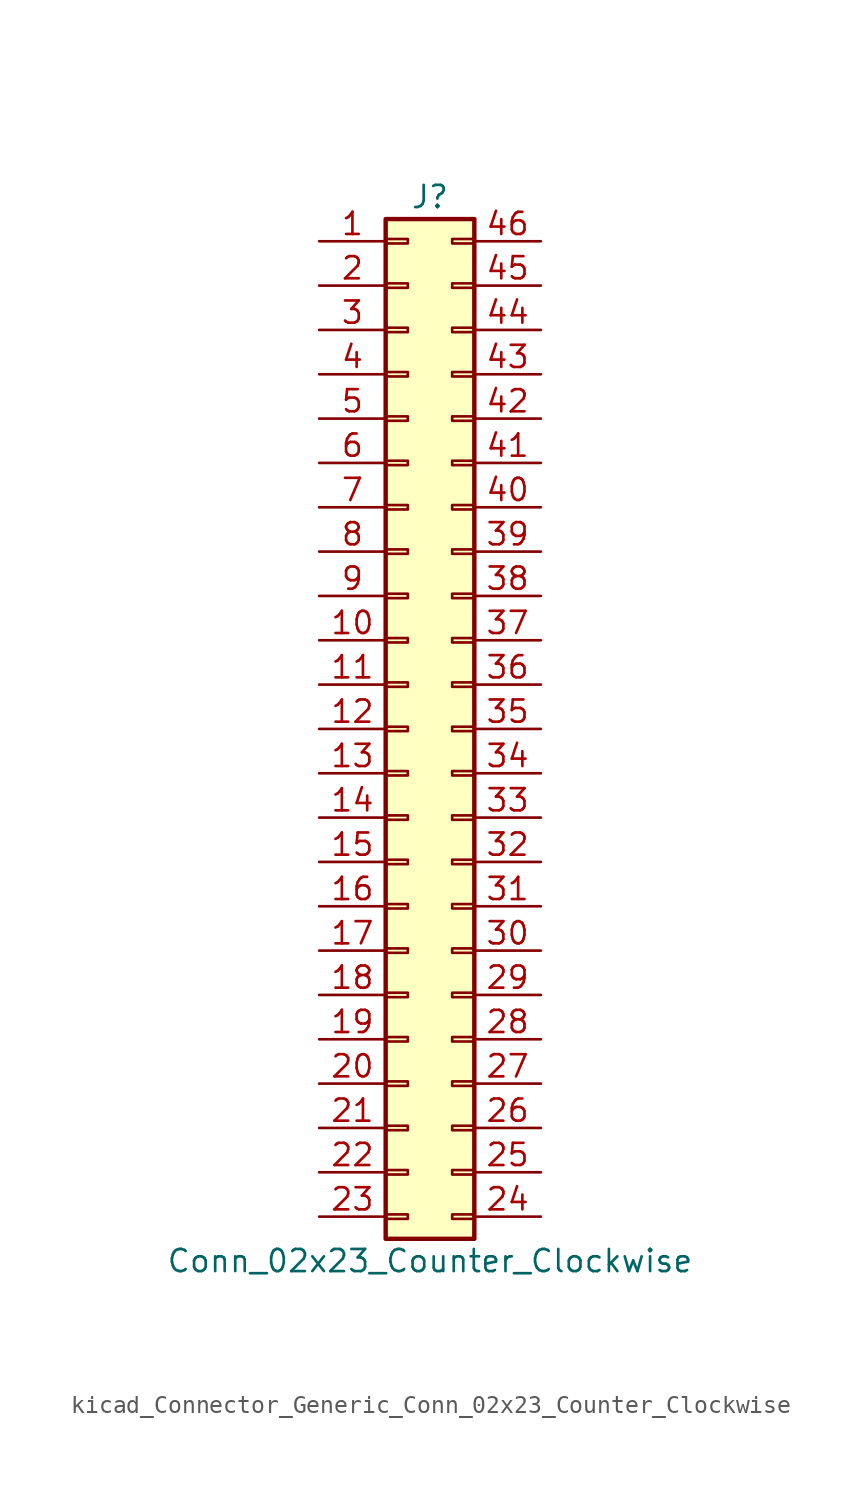
<source format=kicad_sym>
(kicad_symbol_lib
  (version 20220914)
  (generator kicad_symbol_editor)
  (symbol "kicad_Connector_Generic_Conn_02x23_Counter_Clockwise"
    (pin_names
      (offset 1.016) hide)
    (property "Reference" "J"
      (at 1.27 30.48 0)
      (effects (font (size 1.27 1.27))))
    (property "Value" "Conn_02x23_Counter_Clockwise"
      (at 1.27 -30.48 0)
      (effects (font (size 1.27 1.27))))
    (symbol "kicad_Connector_Generic_Conn_02x23_Counter_Clockwise_1_1"
      (rectangle (start -1.27 -27.813) (end 0 -28.067) (stroke (width 0.152) (type default)) (fill (type none)))
      (rectangle (start -1.27 -25.273) (end 0 -25.527) (stroke (width 0.152) (type default)) (fill (type none)))
      (rectangle (start -1.27 -22.733) (end 0 -22.987) (stroke (width 0.152) (type default)) (fill (type none)))
      (rectangle (start -1.27 -20.193) (end 0 -20.447) (stroke (width 0.152) (type default)) (fill (type none)))
      (rectangle (start -1.27 -17.653) (end 0 -17.907) (stroke (width 0.152) (type default)) (fill (type none)))
      (rectangle (start -1.27 -15.113) (end 0 -15.367) (stroke (width 0.152) (type default)) (fill (type none)))
      (rectangle (start -1.27 -12.573) (end 0 -12.827) (stroke (width 0.152) (type default)) (fill (type none)))
      (rectangle (start -1.27 -10.033) (end 0 -10.287) (stroke (width 0.152) (type default)) (fill (type none)))
      (rectangle (start -1.27 -7.493) (end 0 -7.747) (stroke (width 0.152) (type default)) (fill (type none)))
      (rectangle (start -1.27 -4.953) (end 0 -5.207) (stroke (width 0.152) (type default)) (fill (type none)))
      (rectangle (start -1.27 -2.413) (end 0 -2.667) (stroke (width 0.152) (type default)) (fill (type none)))
      (rectangle (start -1.27 0.127) (end 0 -0.127) (stroke (width 0.152) (type default)) (fill (type none)))
      (rectangle (start -1.27 2.667) (end 0 2.413) (stroke (width 0.152) (type default)) (fill (type none)))
      (rectangle (start -1.27 5.207) (end 0 4.953) (stroke (width 0.152) (type default)) (fill (type none)))
      (rectangle (start -1.27 7.747) (end 0 7.493) (stroke (width 0.152) (type default)) (fill (type none)))
      (rectangle (start -1.27 10.287) (end 0 10.033) (stroke (width 0.152) (type default)) (fill (type none)))
      (rectangle (start -1.27 12.827) (end 0 12.573) (stroke (width 0.152) (type default)) (fill (type none)))
      (rectangle (start -1.27 15.367) (end 0 15.113) (stroke (width 0.152) (type default)) (fill (type none)))
      (rectangle (start -1.27 17.907) (end 0 17.653) (stroke (width 0.152) (type default)) (fill (type none)))
      (rectangle (start -1.27 20.447) (end 0 20.193) (stroke (width 0.152) (type default)) (fill (type none)))
      (rectangle (start -1.27 22.987) (end 0 22.733) (stroke (width 0.152) (type default)) (fill (type none)))
      (rectangle (start -1.27 25.527) (end 0 25.273) (stroke (width 0.152) (type default)) (fill (type none)))
      (rectangle (start -1.27 28.067) (end 0 27.813) (stroke (width 0.152) (type default)) (fill (type none)))
      (rectangle (start -1.27 29.21) (end 3.81 -29.21) (stroke (width 0.254) (type default)) (fill (type background)))
      (rectangle (start 3.81 -27.813) (end 2.54 -28.067) (stroke (width 0.152) (type default)) (fill (type none)))
      (rectangle (start 3.81 -25.273) (end 2.54 -25.527) (stroke (width 0.152) (type default)) (fill (type none)))
      (rectangle (start 3.81 -22.733) (end 2.54 -22.987) (stroke (width 0.152) (type default)) (fill (type none)))
      (rectangle (start 3.81 -20.193) (end 2.54 -20.447) (stroke (width 0.152) (type default)) (fill (type none)))
      (rectangle (start 3.81 -17.653) (end 2.54 -17.907) (stroke (width 0.152) (type default)) (fill (type none)))
      (rectangle (start 3.81 -15.113) (end 2.54 -15.367) (stroke (width 0.152) (type default)) (fill (type none)))
      (rectangle (start 3.81 -12.573) (end 2.54 -12.827) (stroke (width 0.152) (type default)) (fill (type none)))
      (rectangle (start 3.81 -10.033) (end 2.54 -10.287) (stroke (width 0.152) (type default)) (fill (type none)))
      (rectangle (start 3.81 -7.493) (end 2.54 -7.747) (stroke (width 0.152) (type default)) (fill (type none)))
      (rectangle (start 3.81 -4.953) (end 2.54 -5.207) (stroke (width 0.152) (type default)) (fill (type none)))
      (rectangle (start 3.81 -2.413) (end 2.54 -2.667) (stroke (width 0.152) (type default)) (fill (type none)))
      (rectangle (start 3.81 0.127) (end 2.54 -0.127) (stroke (width 0.152) (type default)) (fill (type none)))
      (rectangle (start 3.81 2.667) (end 2.54 2.413) (stroke (width 0.152) (type default)) (fill (type none)))
      (rectangle (start 3.81 5.207) (end 2.54 4.953) (stroke (width 0.152) (type default)) (fill (type none)))
      (rectangle (start 3.81 7.747) (end 2.54 7.493) (stroke (width 0.152) (type default)) (fill (type none)))
      (rectangle (start 3.81 10.287) (end 2.54 10.033) (stroke (width 0.152) (type default)) (fill (type none)))
      (rectangle (start 3.81 12.827) (end 2.54 12.573) (stroke (width 0.152) (type default)) (fill (type none)))
      (rectangle (start 3.81 15.367) (end 2.54 15.113) (stroke (width 0.152) (type default)) (fill (type none)))
      (rectangle (start 3.81 17.907) (end 2.54 17.653) (stroke (width 0.152) (type default)) (fill (type none)))
      (rectangle (start 3.81 20.447) (end 2.54 20.193) (stroke (width 0.152) (type default)) (fill (type none)))
      (rectangle (start 3.81 22.987) (end 2.54 22.733) (stroke (width 0.152) (type default)) (fill (type none)))
      (rectangle (start 3.81 25.527) (end 2.54 25.273) (stroke (width 0.152) (type default)) (fill (type none)))
      (rectangle (start 3.81 28.067) (end 2.54 27.813) (stroke (width 0.152) (type default)) (fill (type none)))
      (pin passive line (at -5.08 27.94 0) (length 3.81) (name "Pin_1" (effects (font (size 1.27 1.27)))) (number "1" (effects (font (size 1.27 1.27)))))
      (pin passive line (at -5.08 5.08 0) (length 3.81) (name "Pin_10" (effects (font (size 1.27 1.27)))) (number "10" (effects (font (size 1.27 1.27)))))
      (pin passive line (at -5.08 2.54 0) (length 3.81) (name "Pin_11" (effects (font (size 1.27 1.27)))) (number "11" (effects (font (size 1.27 1.27)))))
      (pin passive line (at -5.08 0 0) (length 3.81) (name "Pin_12" (effects (font (size 1.27 1.27)))) (number "12" (effects (font (size 1.27 1.27)))))
      (pin passive line (at -5.08 -2.54 0) (length 3.81) (name "Pin_13" (effects (font (size 1.27 1.27)))) (number "13" (effects (font (size 1.27 1.27)))))
      (pin passive line (at -5.08 -5.08 0) (length 3.81) (name "Pin_14" (effects (font (size 1.27 1.27)))) (number "14" (effects (font (size 1.27 1.27)))))
      (pin passive line (at -5.08 -7.62 0) (length 3.81) (name "Pin_15" (effects (font (size 1.27 1.27)))) (number "15" (effects (font (size 1.27 1.27)))))
      (pin passive line (at -5.08 -10.16 0) (length 3.81) (name "Pin_16" (effects (font (size 1.27 1.27)))) (number "16" (effects (font (size 1.27 1.27)))))
      (pin passive line (at -5.08 -12.7 0) (length 3.81) (name "Pin_17" (effects (font (size 1.27 1.27)))) (number "17" (effects (font (size 1.27 1.27)))))
      (pin passive line (at -5.08 -15.24 0) (length 3.81) (name "Pin_18" (effects (font (size 1.27 1.27)))) (number "18" (effects (font (size 1.27 1.27)))))
      (pin passive line (at -5.08 -17.78 0) (length 3.81) (name "Pin_19" (effects (font (size 1.27 1.27)))) (number "19" (effects (font (size 1.27 1.27)))))
      (pin passive line (at -5.08 25.4 0) (length 3.81) (name "Pin_2" (effects (font (size 1.27 1.27)))) (number "2" (effects (font (size 1.27 1.27)))))
      (pin passive line (at -5.08 -20.32 0) (length 3.81) (name "Pin_20" (effects (font (size 1.27 1.27)))) (number "20" (effects (font (size 1.27 1.27)))))
      (pin passive line (at -5.08 -22.86 0) (length 3.81) (name "Pin_21" (effects (font (size 1.27 1.27)))) (number "21" (effects (font (size 1.27 1.27)))))
      (pin passive line (at -5.08 -25.4 0) (length 3.81) (name "Pin_22" (effects (font (size 1.27 1.27)))) (number "22" (effects (font (size 1.27 1.27)))))
      (pin passive line (at -5.08 -27.94 0) (length 3.81) (name "Pin_23" (effects (font (size 1.27 1.27)))) (number "23" (effects (font (size 1.27 1.27)))))
      (pin passive line (at 7.62 -27.94 180) (length 3.81) (name "Pin_24" (effects (font (size 1.27 1.27)))) (number "24" (effects (font (size 1.27 1.27)))))
      (pin passive line (at 7.62 -25.4 180) (length 3.81) (name "Pin_25" (effects (font (size 1.27 1.27)))) (number "25" (effects (font (size 1.27 1.27)))))
      (pin passive line (at 7.62 -22.86 180) (length 3.81) (name "Pin_26" (effects (font (size 1.27 1.27)))) (number "26" (effects (font (size 1.27 1.27)))))
      (pin passive line (at 7.62 -20.32 180) (length 3.81) (name "Pin_27" (effects (font (size 1.27 1.27)))) (number "27" (effects (font (size 1.27 1.27)))))
      (pin passive line (at 7.62 -17.78 180) (length 3.81) (name "Pin_28" (effects (font (size 1.27 1.27)))) (number "28" (effects (font (size 1.27 1.27)))))
      (pin passive line (at 7.62 -15.24 180) (length 3.81) (name "Pin_29" (effects (font (size 1.27 1.27)))) (number "29" (effects (font (size 1.27 1.27)))))
      (pin passive line (at -5.08 22.86 0) (length 3.81) (name "Pin_3" (effects (font (size 1.27 1.27)))) (number "3" (effects (font (size 1.27 1.27)))))
      (pin passive line (at 7.62 -12.7 180) (length 3.81) (name "Pin_30" (effects (font (size 1.27 1.27)))) (number "30" (effects (font (size 1.27 1.27)))))
      (pin passive line (at 7.62 -10.16 180) (length 3.81) (name "Pin_31" (effects (font (size 1.27 1.27)))) (number "31" (effects (font (size 1.27 1.27)))))
      (pin passive line (at 7.62 -7.62 180) (length 3.81) (name "Pin_32" (effects (font (size 1.27 1.27)))) (number "32" (effects (font (size 1.27 1.27)))))
      (pin passive line (at 7.62 -5.08 180) (length 3.81) (name "Pin_33" (effects (font (size 1.27 1.27)))) (number "33" (effects (font (size 1.27 1.27)))))
      (pin passive line (at 7.62 -2.54 180) (length 3.81) (name "Pin_34" (effects (font (size 1.27 1.27)))) (number "34" (effects (font (size 1.27 1.27)))))
      (pin passive line (at 7.62 0 180) (length 3.81) (name "Pin_35" (effects (font (size 1.27 1.27)))) (number "35" (effects (font (size 1.27 1.27)))))
      (pin passive line (at 7.62 2.54 180) (length 3.81) (name "Pin_36" (effects (font (size 1.27 1.27)))) (number "36" (effects (font (size 1.27 1.27)))))
      (pin passive line (at 7.62 5.08 180) (length 3.81) (name "Pin_37" (effects (font (size 1.27 1.27)))) (number "37" (effects (font (size 1.27 1.27)))))
      (pin passive line (at 7.62 7.62 180) (length 3.81) (name "Pin_38" (effects (font (size 1.27 1.27)))) (number "38" (effects (font (size 1.27 1.27)))))
      (pin passive line (at 7.62 10.16 180) (length 3.81) (name "Pin_39" (effects (font (size 1.27 1.27)))) (number "39" (effects (font (size 1.27 1.27)))))
      (pin passive line (at -5.08 20.32 0) (length 3.81) (name "Pin_4" (effects (font (size 1.27 1.27)))) (number "4" (effects (font (size 1.27 1.27)))))
      (pin passive line (at 7.62 12.7 180) (length 3.81) (name "Pin_40" (effects (font (size 1.27 1.27)))) (number "40" (effects (font (size 1.27 1.27)))))
      (pin passive line (at 7.62 15.24 180) (length 3.81) (name "Pin_41" (effects (font (size 1.27 1.27)))) (number "41" (effects (font (size 1.27 1.27)))))
      (pin passive line (at 7.62 17.78 180) (length 3.81) (name "Pin_42" (effects (font (size 1.27 1.27)))) (number "42" (effects (font (size 1.27 1.27)))))
      (pin passive line (at 7.62 20.32 180) (length 3.81) (name "Pin_43" (effects (font (size 1.27 1.27)))) (number "43" (effects (font (size 1.27 1.27)))))
      (pin passive line (at 7.62 22.86 180) (length 3.81) (name "Pin_44" (effects (font (size 1.27 1.27)))) (number "44" (effects (font (size 1.27 1.27)))))
      (pin passive line (at 7.62 25.4 180) (length 3.81) (name "Pin_45" (effects (font (size 1.27 1.27)))) (number "45" (effects (font (size 1.27 1.27)))))
      (pin passive line (at 7.62 27.94 180) (length 3.81) (name "Pin_46" (effects (font (size 1.27 1.27)))) (number "46" (effects (font (size 1.27 1.27)))))
      (pin passive line (at -5.08 17.78 0) (length 3.81) (name "Pin_5" (effects (font (size 1.27 1.27)))) (number "5" (effects (font (size 1.27 1.27)))))
      (pin passive line (at -5.08 15.24 0) (length 3.81) (name "Pin_6" (effects (font (size 1.27 1.27)))) (number "6" (effects (font (size 1.27 1.27)))))
      (pin passive line (at -5.08 12.7 0) (length 3.81) (name "Pin_7" (effects (font (size 1.27 1.27)))) (number "7" (effects (font (size 1.27 1.27)))))
      (pin passive line (at -5.08 10.16 0) (length 3.81) (name "Pin_8" (effects (font (size 1.27 1.27)))) (number "8" (effects (font (size 1.27 1.27)))))
      (pin passive line (at -5.08 7.62 0) (length 3.81) (name "Pin_9" (effects (font (size 1.27 1.27)))) (number "9" (effects (font (size 1.27 1.27))))))))
</source>
